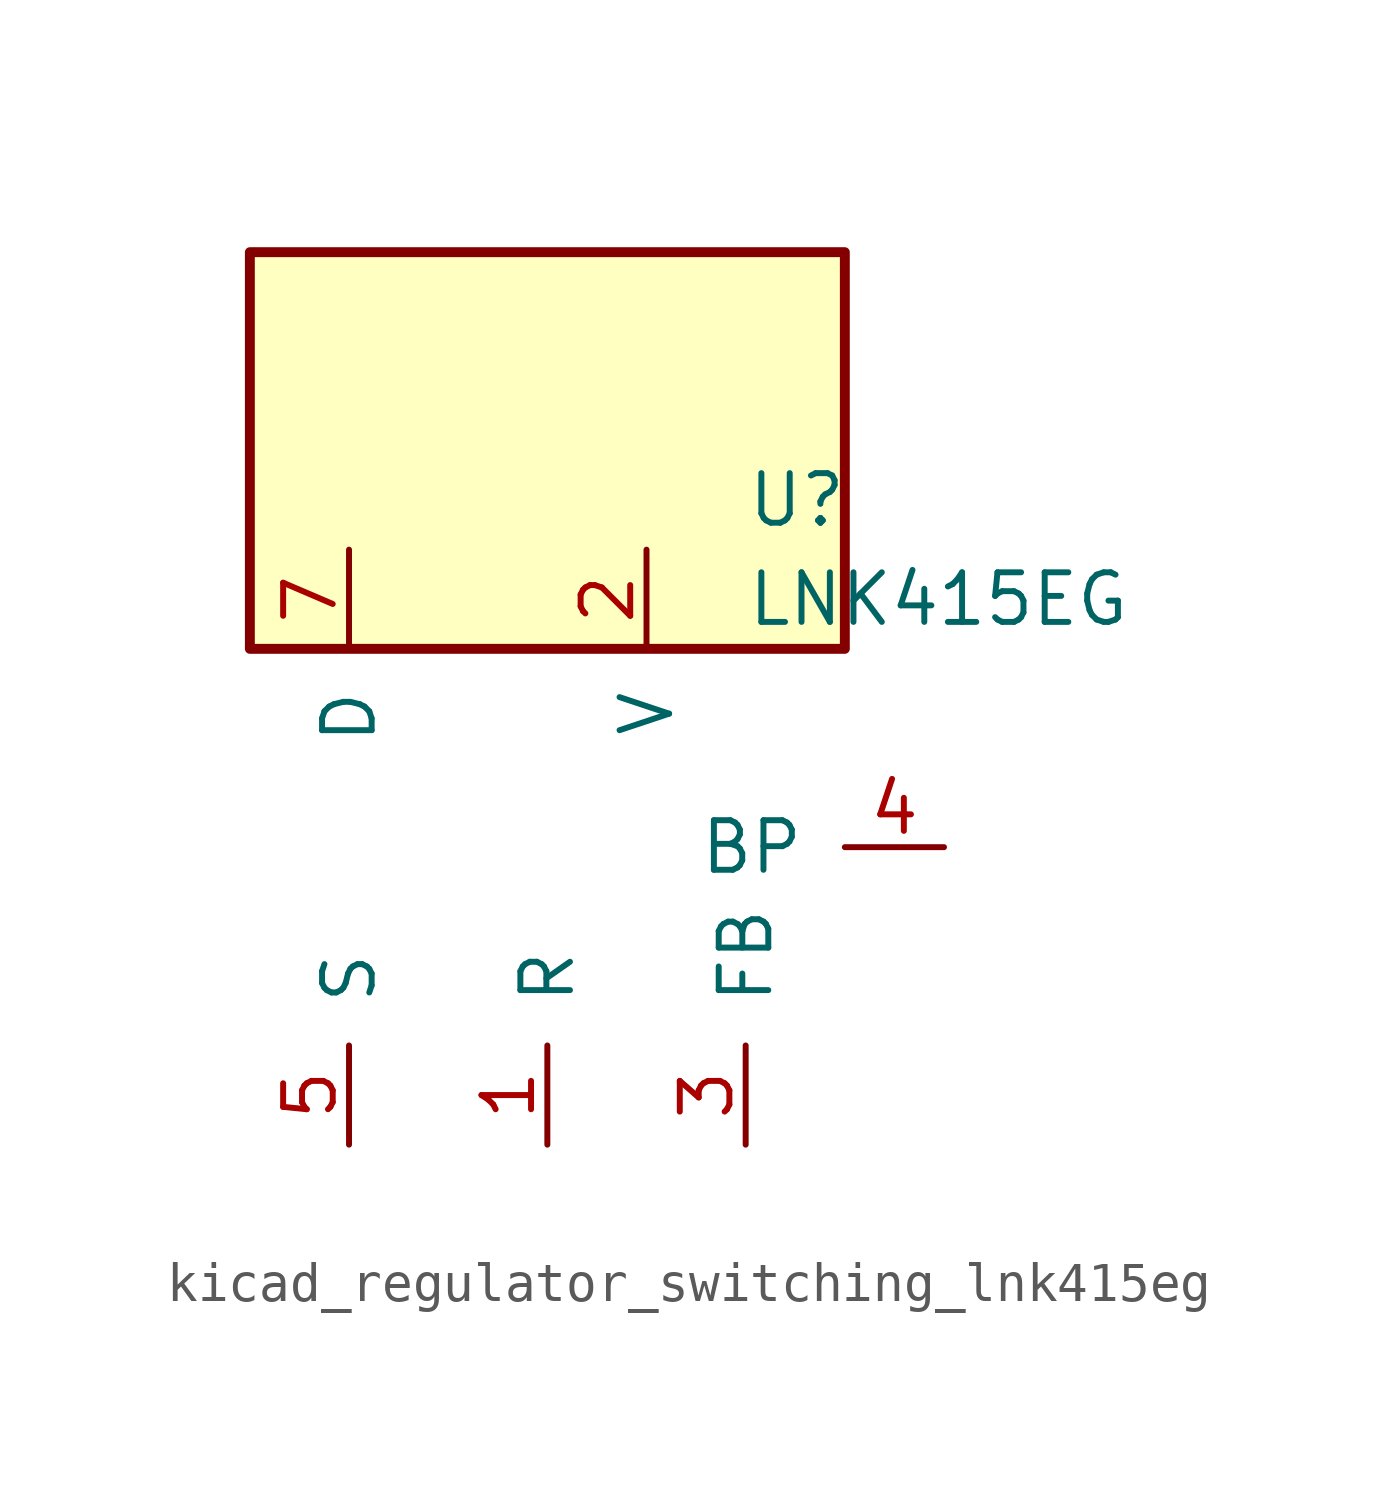
<source format=kicad_sym>
(kicad_symbol_lib
  (version 20220914)
  (generator kicad_symbol_editor)
  (symbol "kicad_regulator_switching_lnk415eg"
    (pin_names
      (offset 1.016))
    (property "Reference" "U"
      (at 5.08 8.89 0)
      (effects (font (size 1.27 1.27)) (justify left)))
    (property "Value" "LNK415EG"
      (at 5.08 6.35 0)
      (effects (font (size 1.27 1.27)) (justify left)))
    (symbol "kicad_regulator_switching_lnk415eg_0_1"
      (rectangle (start 7.62 15.24) (end -7.62 5.08) (stroke (width 0.254) (type default)) (fill (type background))))
    (symbol "kicad_regulator_switching_lnk415eg_1_1"
      (pin input line (at 0 -7.62 90) (length 2.54) (name "R" (effects (font (size 1.27 1.27)))) (number "1" (effects (font (size 1.27 1.27)))))
      (pin input line (at 2.54 7.62 270) (length 2.54) (name "V" (effects (font (size 1.27 1.27)))) (number "2" (effects (font (size 1.27 1.27)))))
      (pin input line (at 5.08 -7.62 90) (length 2.54) (name "FB" (effects (font (size 1.27 1.27)))) (number "3" (effects (font (size 1.27 1.27)))))
      (pin input line (at 10.16 0 180) (length 2.54) (name "BP" (effects (font (size 1.27 1.27)))) (number "4" (effects (font (size 1.27 1.27)))))
      (pin power_in line (at -5.08 -7.62 90) (length 2.54) (name "S" (effects (font (size 1.27 1.27)))) (number "5" (effects (font (size 1.27 1.27)))))
      (pin open_collector line (at -5.08 7.62 270) (length 2.54) (name "D" (effects (font (size 1.27 1.27)))) (number "7" (effects (font (size 1.27 1.27))))))))
</source>
